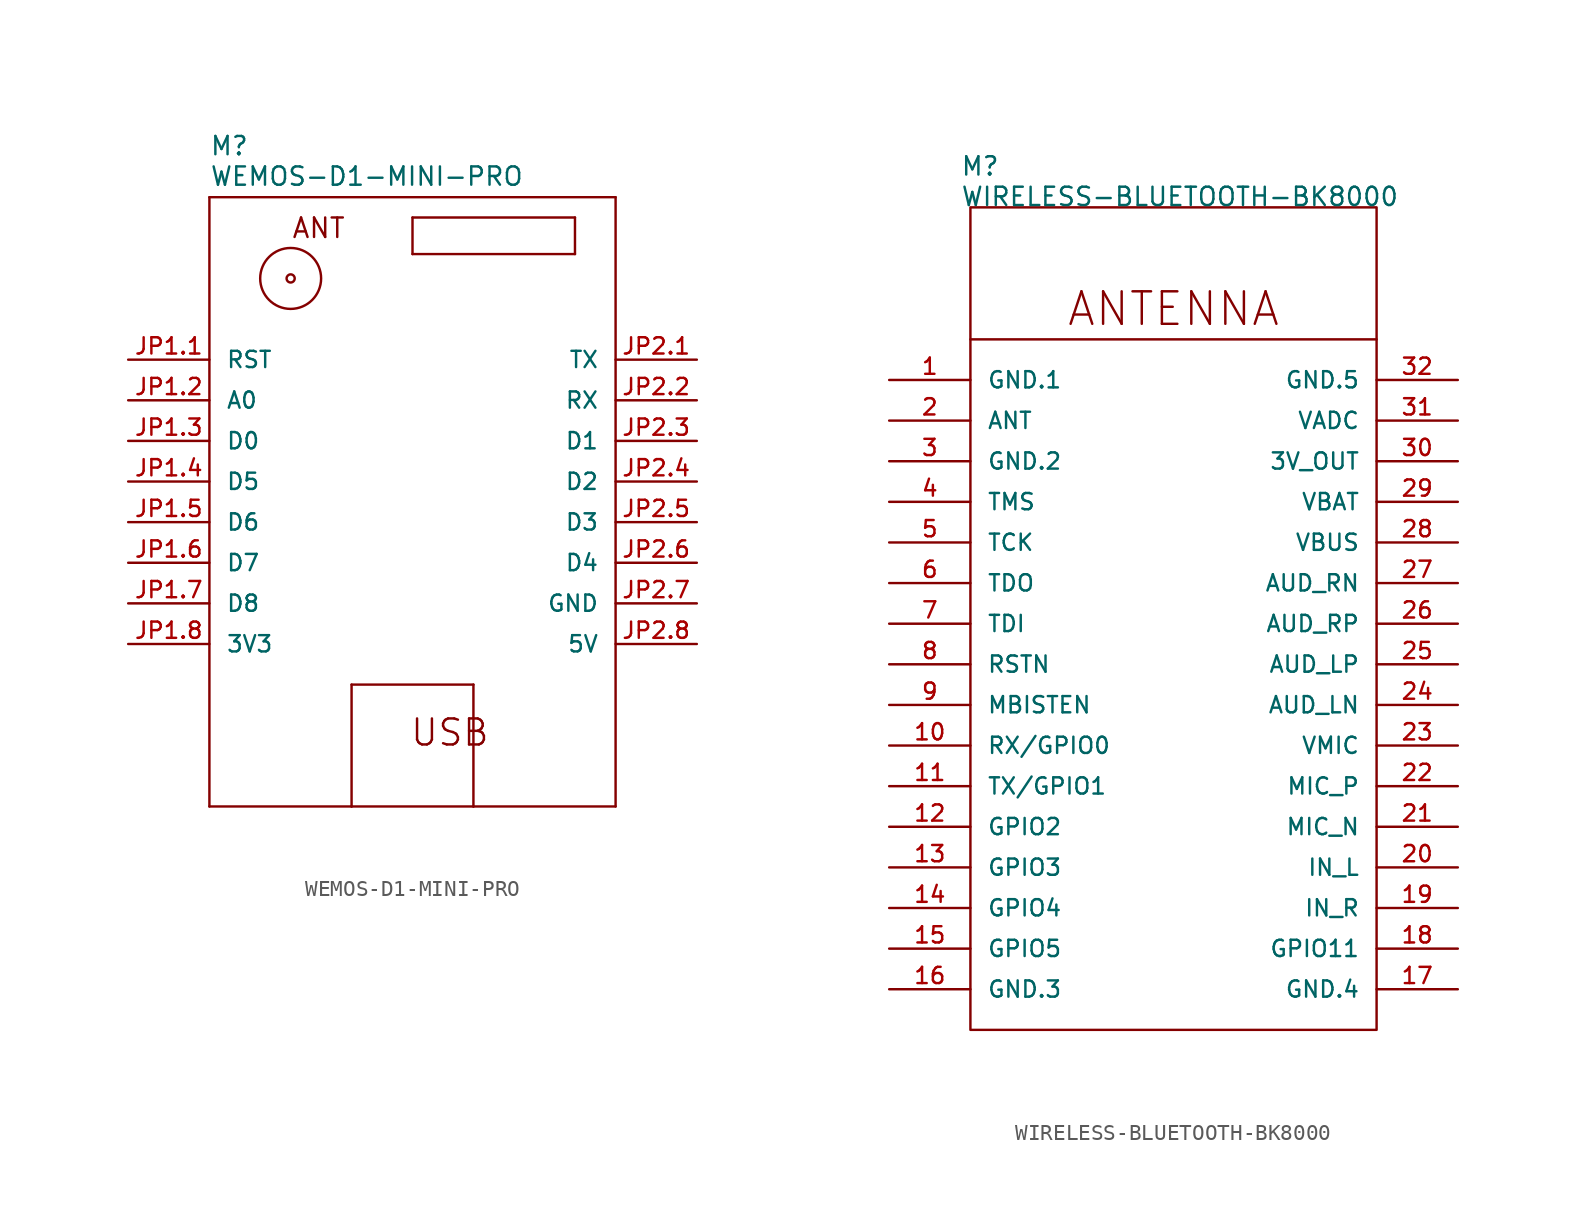
<source format=kicad_sym>
(kicad_symbol_lib
  (version 20211014)
  (generator kicad_symbol_editor)
  (symbol "WEMOS-D1-MINI-PRO"
    (pin_names
      (offset 1.016))
    (property "Reference" "M"
      (at -12.7 22.86 0)
      (effects (font (size 1.143 1.143)) (justify left bottom)))
    (property "Value" "WEMOS-D1-MINI-PRO"
      (at -12.7 20.955 0)
      (effects (font (size 1.143 1.143)) (justify left bottom)))
    (property "ki_locked" ""
      (at 0 0 0)
      (effects (font (size 1.27 1.27))))
    (symbol "WEMOS-D1-MINI-PRO_1_0"
      (polyline (pts (xy -12.7 -17.78) (xy -12.7 20.32)) (stroke (width 0) (type default) (color 0 0 0 0)) (fill (type none)))
      (polyline (pts (xy -12.7 20.32) (xy 12.7 20.32)) (stroke (width 0) (type default) (color 0 0 0 0)) (fill (type none)))
      (polyline (pts (xy -3.81 -17.78) (xy -12.7 -17.78)) (stroke (width 0) (type default) (color 0 0 0 0)) (fill (type none)))
      (polyline (pts (xy -3.81 -17.78) (xy -3.81 -10.16)) (stroke (width 0) (type default) (color 0 0 0 0)) (fill (type none)))
      (polyline (pts (xy -3.81 -10.16) (xy 3.81 -10.16)) (stroke (width 0) (type default) (color 0 0 0 0)) (fill (type none)))
      (polyline (pts (xy 0 16.764) (xy 10.16 16.764)) (stroke (width 0) (type default) (color 0 0 0 0)) (fill (type none)))
      (polyline (pts (xy 0 19.05) (xy 0 16.764)) (stroke (width 0) (type default) (color 0 0 0 0)) (fill (type none)))
      (polyline (pts (xy 3.81 -17.78) (xy -3.81 -17.78)) (stroke (width 0) (type default) (color 0 0 0 0)) (fill (type none)))
      (polyline (pts (xy 3.81 -10.16) (xy 3.81 -17.78)) (stroke (width 0) (type default) (color 0 0 0 0)) (fill (type none)))
      (polyline (pts (xy 10.16 16.764) (xy 10.16 19.05)) (stroke (width 0) (type default) (color 0 0 0 0)) (fill (type none)))
      (polyline (pts (xy 10.16 19.05) (xy 0 19.05)) (stroke (width 0) (type default) (color 0 0 0 0)) (fill (type none)))
      (polyline (pts (xy 12.7 -17.78) (xy 3.81 -17.78)) (stroke (width 0) (type default) (color 0 0 0 0)) (fill (type none)))
      (polyline (pts (xy 12.7 20.32) (xy 12.7 -17.78)) (stroke (width 0) (type default) (color 0 0 0 0)) (fill (type none)))
      (text "ANT" (at -5.867 18.39 0) (effects (font (size 1.219 1.219))))
      (text "USB" (at 2.337 -13.157 0) (effects (font (size 1.626 1.626)))))
    (symbol "WEMOS-D1-MINI-PRO_1_1"
      (circle (center -7.62 15.24) (radius 0.254) (stroke (width 0) (type default) (color 0 0 0 0)) (fill (type none)))
      (circle (center -7.62 15.24) (radius 1.905) (stroke (width 0) (type default) (color 0 0 0 0)) (fill (type none)))
      (pin bidirectional line (at -17.78 10.16 0) (length 5.08) (name "RST" (effects (font (size 1.016 1.016)))) (number "JP1.1" (effects (font (size 1.016 1.016)))))
      (pin bidirectional line (at -17.78 7.62 0) (length 5.08) (name "A0" (effects (font (size 1.016 1.016)))) (number "JP1.2" (effects (font (size 1.016 1.016)))))
      (pin bidirectional line (at -17.78 5.08 0) (length 5.08) (name "D0" (effects (font (size 1.016 1.016)))) (number "JP1.3" (effects (font (size 1.016 1.016)))))
      (pin bidirectional line (at -17.78 2.54 0) (length 5.08) (name "D5" (effects (font (size 1.016 1.016)))) (number "JP1.4" (effects (font (size 1.016 1.016)))))
      (pin bidirectional line (at -17.78 0 0) (length 5.08) (name "D6" (effects (font (size 1.016 1.016)))) (number "JP1.5" (effects (font (size 1.016 1.016)))))
      (pin bidirectional line (at -17.78 -2.54 0) (length 5.08) (name "D7" (effects (font (size 1.016 1.016)))) (number "JP1.6" (effects (font (size 1.016 1.016)))))
      (pin bidirectional line (at -17.78 -5.08 0) (length 5.08) (name "D8" (effects (font (size 1.016 1.016)))) (number "JP1.7" (effects (font (size 1.016 1.016)))))
      (pin power_in line (at -17.78 -7.62 0) (length 5.08) (name "3V3" (effects (font (size 1.016 1.016)))) (number "JP1.8" (effects (font (size 1.016 1.016)))))
      (pin bidirectional line (at 17.78 10.16 180) (length 5.08) (name "TX" (effects (font (size 1.016 1.016)))) (number "JP2.1" (effects (font (size 1.016 1.016)))))
      (pin bidirectional line (at 17.78 7.62 180) (length 5.08) (name "RX" (effects (font (size 1.016 1.016)))) (number "JP2.2" (effects (font (size 1.016 1.016)))))
      (pin bidirectional line (at 17.78 5.08 180) (length 5.08) (name "D1" (effects (font (size 1.016 1.016)))) (number "JP2.3" (effects (font (size 1.016 1.016)))))
      (pin bidirectional line (at 17.78 2.54 180) (length 5.08) (name "D2" (effects (font (size 1.016 1.016)))) (number "JP2.4" (effects (font (size 1.016 1.016)))))
      (pin bidirectional line (at 17.78 0 180) (length 5.08) (name "D3" (effects (font (size 1.016 1.016)))) (number "JP2.5" (effects (font (size 1.016 1.016)))))
      (pin bidirectional line (at 17.78 -2.54 180) (length 5.08) (name "D4" (effects (font (size 1.016 1.016)))) (number "JP2.6" (effects (font (size 1.016 1.016)))))
      (pin power_in line (at 17.78 -5.08 180) (length 5.08) (name "GND" (effects (font (size 1.016 1.016)))) (number "JP2.7" (effects (font (size 1.016 1.016)))))
      (pin power_in line (at 17.78 -7.62 180) (length 5.08) (name "5V" (effects (font (size 1.016 1.016)))) (number "JP2.8" (effects (font (size 1.016 1.016)))))))
  (symbol "WIRELESS-BLUETOOTH-BK8000"
    (pin_names
      (offset 1.016))
    (property "Reference" "M"
      (at -13.335 25.4 0)
      (effects (font (size 1.143 1.143)) (justify left bottom)))
    (property "Value" "WIRELESS-BLUETOOTH-BK8000"
      (at -13.335 23.495 0)
      (effects (font (size 1.143 1.143)) (justify left bottom)))
    (property "ki_locked" ""
      (at 0 0 0)
      (effects (font (size 1.27 1.27))))
    (symbol "WIRELESS-BLUETOOTH-BK8000_1_0"
      (polyline (pts (xy -12.7 15.24) (xy 12.7 15.24)) (stroke (width 0) (type default) (color 0 0 0 0)) (fill (type none)))
      (text "ANTENNA" (at 0 17.145 0) (effects (font (size 2.032 2.032)))))
    (symbol "WIRELESS-BLUETOOTH-BK8000_1_1"
      (rectangle (start -12.7 -27.94) (end 12.7 23.495) (stroke (width 0) (type default) (color 0 0 0 0)) (fill (type none)))
      (pin power_in line (at -17.78 12.7 0) (length 5.08) (name "GND.1" (effects (font (size 1.016 1.016)))) (number "1" (effects (font (size 1.016 1.016)))))
      (pin bidirectional line (at -17.78 -10.16 0) (length 5.08) (name "RX/GPIO0" (effects (font (size 1.016 1.016)))) (number "10" (effects (font (size 1.016 1.016)))))
      (pin bidirectional line (at -17.78 -12.7 0) (length 5.08) (name "TX/GPIO1" (effects (font (size 1.016 1.016)))) (number "11" (effects (font (size 1.016 1.016)))))
      (pin bidirectional line (at -17.78 -15.24 0) (length 5.08) (name "GPIO2" (effects (font (size 1.016 1.016)))) (number "12" (effects (font (size 1.016 1.016)))))
      (pin bidirectional line (at -17.78 -17.78 0) (length 5.08) (name "GPIO3" (effects (font (size 1.016 1.016)))) (number "13" (effects (font (size 1.016 1.016)))))
      (pin bidirectional line (at -17.78 -20.32 0) (length 5.08) (name "GPIO4" (effects (font (size 1.016 1.016)))) (number "14" (effects (font (size 1.016 1.016)))))
      (pin bidirectional line (at -17.78 -22.86 0) (length 5.08) (name "GPIO5" (effects (font (size 1.016 1.016)))) (number "15" (effects (font (size 1.016 1.016)))))
      (pin power_in line (at -17.78 -25.4 0) (length 5.08) (name "GND.3" (effects (font (size 1.016 1.016)))) (number "16" (effects (font (size 1.016 1.016)))))
      (pin power_in line (at 17.78 -25.4 180) (length 5.08) (name "GND.4" (effects (font (size 1.016 1.016)))) (number "17" (effects (font (size 1.016 1.016)))))
      (pin bidirectional line (at 17.78 -22.86 180) (length 5.08) (name "GPIO11" (effects (font (size 1.016 1.016)))) (number "18" (effects (font (size 1.016 1.016)))))
      (pin input line (at 17.78 -20.32 180) (length 5.08) (name "IN_R" (effects (font (size 1.016 1.016)))) (number "19" (effects (font (size 1.016 1.016)))))
      (pin passive line (at -17.78 10.16 0) (length 5.08) (name "ANT" (effects (font (size 1.016 1.016)))) (number "2" (effects (font (size 1.016 1.016)))))
      (pin input line (at 17.78 -17.78 180) (length 5.08) (name "IN_L" (effects (font (size 1.016 1.016)))) (number "20" (effects (font (size 1.016 1.016)))))
      (pin input line (at 17.78 -15.24 180) (length 5.08) (name "MIC_N" (effects (font (size 1.016 1.016)))) (number "21" (effects (font (size 1.016 1.016)))))
      (pin input line (at 17.78 -12.7 180) (length 5.08) (name "MIC_P" (effects (font (size 1.016 1.016)))) (number "22" (effects (font (size 1.016 1.016)))))
      (pin passive line (at 17.78 -10.16 180) (length 5.08) (name "VMIC" (effects (font (size 1.016 1.016)))) (number "23" (effects (font (size 1.016 1.016)))))
      (pin output line (at 17.78 -7.62 180) (length 5.08) (name "AUD_LN" (effects (font (size 1.016 1.016)))) (number "24" (effects (font (size 1.016 1.016)))))
      (pin output line (at 17.78 -5.08 180) (length 5.08) (name "AUD_LP" (effects (font (size 1.016 1.016)))) (number "25" (effects (font (size 1.016 1.016)))))
      (pin output line (at 17.78 -2.54 180) (length 5.08) (name "AUD_RP" (effects (font (size 1.016 1.016)))) (number "26" (effects (font (size 1.016 1.016)))))
      (pin output line (at 17.78 0 180) (length 5.08) (name "AUD_RN" (effects (font (size 1.016 1.016)))) (number "27" (effects (font (size 1.016 1.016)))))
      (pin passive line (at 17.78 2.54 180) (length 5.08) (name "VBUS" (effects (font (size 1.016 1.016)))) (number "28" (effects (font (size 1.016 1.016)))))
      (pin passive line (at 17.78 5.08 180) (length 5.08) (name "VBAT" (effects (font (size 1.016 1.016)))) (number "29" (effects (font (size 1.016 1.016)))))
      (pin power_in line (at -17.78 7.62 0) (length 5.08) (name "GND.2" (effects (font (size 1.016 1.016)))) (number "3" (effects (font (size 1.016 1.016)))))
      (pin power_in line (at 17.78 7.62 180) (length 5.08) (name "3V_OUT" (effects (font (size 1.016 1.016)))) (number "30" (effects (font (size 1.016 1.016)))))
      (pin power_in line (at 17.78 10.16 180) (length 5.08) (name "VADC" (effects (font (size 1.016 1.016)))) (number "31" (effects (font (size 1.016 1.016)))))
      (pin power_in line (at 17.78 12.7 180) (length 5.08) (name "GND.5" (effects (font (size 1.016 1.016)))) (number "32" (effects (font (size 1.016 1.016)))))
      (pin bidirectional line (at -17.78 5.08 0) (length 5.08) (name "TMS" (effects (font (size 1.016 1.016)))) (number "4" (effects (font (size 1.016 1.016)))))
      (pin bidirectional line (at -17.78 2.54 0) (length 5.08) (name "TCK" (effects (font (size 1.016 1.016)))) (number "5" (effects (font (size 1.016 1.016)))))
      (pin bidirectional line (at -17.78 0 0) (length 5.08) (name "TDO" (effects (font (size 1.016 1.016)))) (number "6" (effects (font (size 1.016 1.016)))))
      (pin bidirectional line (at -17.78 -2.54 0) (length 5.08) (name "TDI" (effects (font (size 1.016 1.016)))) (number "7" (effects (font (size 1.016 1.016)))))
      (pin bidirectional line (at -17.78 -5.08 0) (length 5.08) (name "RSTN" (effects (font (size 1.016 1.016)))) (number "8" (effects (font (size 1.016 1.016)))))
      (pin bidirectional line (at -17.78 -7.62 0) (length 5.08) (name "MBISTEN" (effects (font (size 1.016 1.016)))) (number "9" (effects (font (size 1.016 1.016))))))))
</source>
